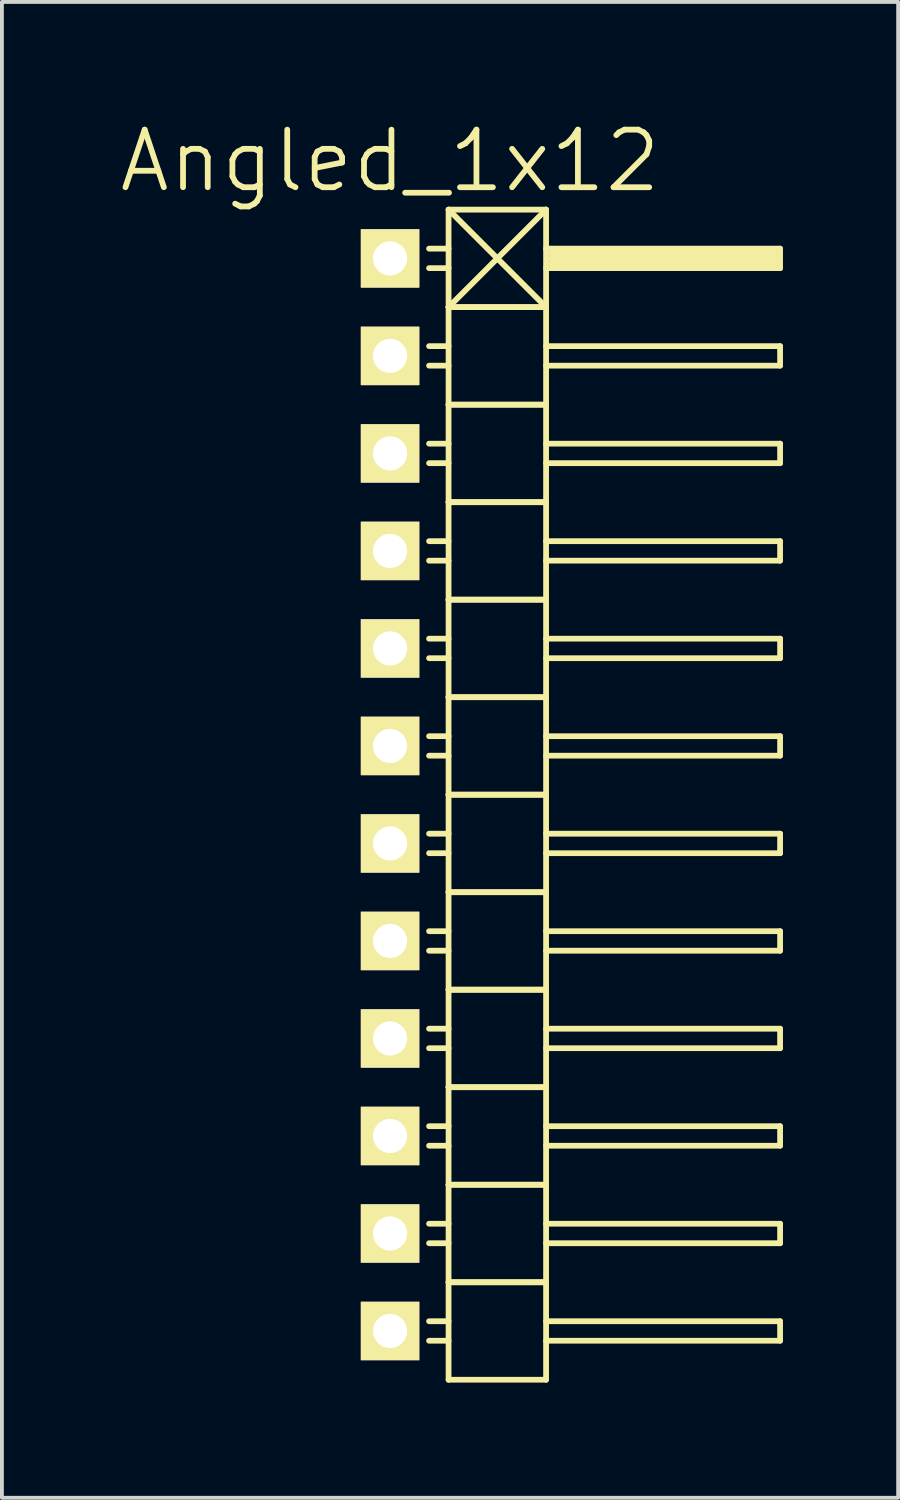
<source format=kicad_pcb>
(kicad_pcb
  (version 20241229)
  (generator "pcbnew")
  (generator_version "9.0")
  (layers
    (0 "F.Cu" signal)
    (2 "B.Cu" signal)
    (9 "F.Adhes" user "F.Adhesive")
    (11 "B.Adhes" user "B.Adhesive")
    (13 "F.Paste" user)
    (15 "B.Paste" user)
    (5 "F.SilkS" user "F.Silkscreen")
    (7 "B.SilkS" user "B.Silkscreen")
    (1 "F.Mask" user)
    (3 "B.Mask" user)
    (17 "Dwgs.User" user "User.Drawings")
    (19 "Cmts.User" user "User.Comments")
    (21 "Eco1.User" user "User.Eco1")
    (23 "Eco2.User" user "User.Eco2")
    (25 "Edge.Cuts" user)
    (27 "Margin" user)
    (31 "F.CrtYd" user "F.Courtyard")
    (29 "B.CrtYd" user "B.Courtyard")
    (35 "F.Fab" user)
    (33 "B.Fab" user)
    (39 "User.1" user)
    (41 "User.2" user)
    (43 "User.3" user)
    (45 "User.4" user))
  (footprint "Angled_1x12"
    (layer "F.Cu")
    (at 7.111 17.651)
    (property "Reference" "Angled_1x12" (at 0 -16.51 0) (layer "F.SilkS") (effects (font (size 1.5 1.5) (thickness 0.15))))
    (attr through_hole)
    (fp_line (start 1.524 -15.24) (end 1.524 -12.7) (stroke (width 0.15) (type solid)) (layer "F.SilkS"))
    (fp_line (start 1.524 -15.24) (end 4.064 -15.24) (stroke (width 0.15) (type solid)) (layer "F.SilkS"))
    (fp_line (start 1.524 -14.224) (end 1.016 -14.224) (stroke (width 0.15) (type solid)) (layer "F.SilkS"))
    (fp_line (start 1.524 -13.716) (end 1.016 -13.716) (stroke (width 0.15) (type solid)) (layer "F.SilkS"))
    (fp_line (start 1.524 -12.7) (end 1.524 -10.16) (stroke (width 0.15) (type solid)) (layer "F.SilkS"))
    (fp_line (start 1.524 -12.7) (end 4.064 -12.7) (stroke (width 0.15) (type solid)) (layer "F.SilkS"))
    (fp_line (start 1.524 -12.7) (end 4.064 -12.7) (stroke (width 0.15) (type solid)) (layer "F.SilkS"))
    (fp_line (start 1.524 -11.684) (end 1.016 -11.684) (stroke (width 0.15) (type solid)) (layer "F.SilkS"))
    (fp_line (start 1.524 -11.176) (end 1.016 -11.176) (stroke (width 0.15) (type solid)) (layer "F.SilkS"))
    (fp_line (start 1.524 -10.16) (end 1.524 -7.62) (stroke (width 0.15) (type solid)) (layer "F.SilkS"))
    (fp_line (start 1.524 -10.16) (end 4.064 -10.16) (stroke (width 0.15) (type solid)) (layer "F.SilkS"))
    (fp_line (start 1.524 -10.16) (end 4.064 -10.16) (stroke (width 0.15) (type solid)) (layer "F.SilkS"))
    (fp_line (start 1.524 -9.144) (end 1.016 -9.144) (stroke (width 0.15) (type solid)) (layer "F.SilkS"))
    (fp_line (start 1.524 -8.636) (end 1.016 -8.636) (stroke (width 0.15) (type solid)) (layer "F.SilkS"))
    (fp_line (start 1.524 -7.62) (end 1.524 -5.08) (stroke (width 0.15) (type solid)) (layer "F.SilkS"))
    (fp_line (start 1.524 -7.62) (end 4.064 -7.62) (stroke (width 0.15) (type solid)) (layer "F.SilkS"))
    (fp_line (start 1.524 -7.62) (end 4.064 -7.62) (stroke (width 0.15) (type solid)) (layer "F.SilkS"))
    (fp_line (start 1.524 -6.604) (end 1.016 -6.604) (stroke (width 0.15) (type solid)) (layer "F.SilkS"))
    (fp_line (start 1.524 -6.096) (end 1.016 -6.096) (stroke (width 0.15) (type solid)) (layer "F.SilkS"))
    (fp_line (start 1.524 -5.08) (end 1.524 -2.54) (stroke (width 0.15) (type solid)) (layer "F.SilkS"))
    (fp_line (start 1.524 -5.08) (end 4.064 -5.08) (stroke (width 0.15) (type solid)) (layer "F.SilkS"))
    (fp_line (start 1.524 -5.08) (end 4.064 -5.08) (stroke (width 0.15) (type solid)) (layer "F.SilkS"))
    (fp_line (start 1.524 -4.064) (end 1.016 -4.064) (stroke (width 0.15) (type solid)) (layer "F.SilkS"))
    (fp_line (start 1.524 -3.556) (end 1.016 -3.556) (stroke (width 0.15) (type solid)) (layer "F.SilkS"))
    (fp_line (start 1.524 -2.54) (end 1.524 0) (stroke (width 0.15) (type solid)) (layer "F.SilkS"))
    (fp_line (start 1.524 -2.54) (end 4.064 -2.54) (stroke (width 0.15) (type solid)) (layer "F.SilkS"))
    (fp_line (start 1.524 -2.54) (end 4.064 -2.54) (stroke (width 0.15) (type solid)) (layer "F.SilkS"))
    (fp_line (start 1.524 -1.524) (end 1.016 -1.524) (stroke (width 0.15) (type solid)) (layer "F.SilkS"))
    (fp_line (start 1.524 -1.016) (end 1.016 -1.016) (stroke (width 0.15) (type solid)) (layer "F.SilkS"))
    (fp_line (start 1.524 0) (end 1.524 2.54) (stroke (width 0.15) (type solid)) (layer "F.SilkS"))
    (fp_line (start 1.524 0) (end 4.064 0) (stroke (width 0.15) (type solid)) (layer "F.SilkS"))
    (fp_line (start 1.524 0) (end 4.064 0) (stroke (width 0.15) (type solid)) (layer "F.SilkS"))
    (fp_line (start 1.524 1.016) (end 1.016 1.016) (stroke (width 0.15) (type solid)) (layer "F.SilkS"))
    (fp_line (start 1.524 1.524) (end 1.016 1.524) (stroke (width 0.15) (type solid)) (layer "F.SilkS"))
    (fp_line (start 1.524 2.54) (end 1.524 5.08) (stroke (width 0.15) (type solid)) (layer "F.SilkS"))
    (fp_line (start 1.524 2.54) (end 4.064 2.54) (stroke (width 0.15) (type solid)) (layer "F.SilkS"))
    (fp_line (start 1.524 2.54) (end 4.064 2.54) (stroke (width 0.15) (type solid)) (layer "F.SilkS"))
    (fp_line (start 1.524 3.556) (end 1.016 3.556) (stroke (width 0.15) (type solid)) (layer "F.SilkS"))
    (fp_line (start 1.524 4.064) (end 1.016 4.064) (stroke (width 0.15) (type solid)) (layer "F.SilkS"))
    (fp_line (start 1.524 5.08) (end 1.524 7.62) (stroke (width 0.15) (type solid)) (layer "F.SilkS"))
    (fp_line (start 1.524 5.08) (end 4.064 5.08) (stroke (width 0.15) (type solid)) (layer "F.SilkS"))
    (fp_line (start 1.524 5.08) (end 4.064 5.08) (stroke (width 0.15) (type solid)) (layer "F.SilkS"))
    (fp_line (start 1.524 6.096) (end 1.016 6.096) (stroke (width 0.15) (type solid)) (layer "F.SilkS"))
    (fp_line (start 1.524 6.604) (end 1.016 6.604) (stroke (width 0.15) (type solid)) (layer "F.SilkS"))
    (fp_line (start 1.524 7.62) (end 1.524 10.16) (stroke (width 0.15) (type solid)) (layer "F.SilkS"))
    (fp_line (start 1.524 7.62) (end 4.064 7.62) (stroke (width 0.15) (type solid)) (layer "F.SilkS"))
    (fp_line (start 1.524 7.62) (end 4.064 7.62) (stroke (width 0.15) (type solid)) (layer "F.SilkS"))
    (fp_line (start 1.524 8.636) (end 1.016 8.636) (stroke (width 0.15) (type solid)) (layer "F.SilkS"))
    (fp_line (start 1.524 9.144) (end 1.016 9.144) (stroke (width 0.15) (type solid)) (layer "F.SilkS"))
    (fp_line (start 1.524 10.16) (end 1.524 12.7) (stroke (width 0.15) (type solid)) (layer "F.SilkS"))
    (fp_line (start 1.524 10.16) (end 4.064 10.16) (stroke (width 0.15) (type solid)) (layer "F.SilkS"))
    (fp_line (start 1.524 10.16) (end 4.064 10.16) (stroke (width 0.15) (type solid)) (layer "F.SilkS"))
    (fp_line (start 1.524 11.176) (end 1.016 11.176) (stroke (width 0.15) (type solid)) (layer "F.SilkS"))
    (fp_line (start 1.524 11.684) (end 1.016 11.684) (stroke (width 0.15) (type solid)) (layer "F.SilkS"))
    (fp_line (start 1.524 12.7) (end 1.524 15.24) (stroke (width 0.15) (type solid)) (layer "F.SilkS"))
    (fp_line (start 1.524 12.7) (end 4.064 12.7) (stroke (width 0.15) (type solid)) (layer "F.SilkS"))
    (fp_line (start 1.524 12.7) (end 4.064 12.7) (stroke (width 0.15) (type solid)) (layer "F.SilkS"))
    (fp_line (start 1.524 13.716) (end 1.016 13.716) (stroke (width 0.15) (type solid)) (layer "F.SilkS"))
    (fp_line (start 1.524 14.224) (end 1.016 14.224) (stroke (width 0.15) (type solid)) (layer "F.SilkS"))
    (fp_line (start 1.524 15.24) (end 4.064 15.24) (stroke (width 0.15) (type solid)) (layer "F.SilkS"))
    (fp_line (start 4.064 -15.24) (end 1.524 -12.7) (stroke (width 0.15) (type solid)) (layer "F.SilkS"))
    (fp_line (start 4.064 -14.224) (end 10.16 -14.224) (stroke (width 0.15) (type solid)) (layer "F.SilkS"))
    (fp_line (start 4.064 -12.7) (end 1.524 -15.24) (stroke (width 0.15) (type solid)) (layer "F.SilkS"))
    (fp_line (start 4.064 -12.7) (end 4.064 -15.24) (stroke (width 0.15) (type solid)) (layer "F.SilkS"))
    (fp_line (start 4.064 -11.684) (end 10.16 -11.684) (stroke (width 0.15) (type solid)) (layer "F.SilkS"))
    (fp_line (start 4.064 -10.16) (end 4.064 -12.7) (stroke (width 0.15) (type solid)) (layer "F.SilkS"))
    (fp_line (start 4.064 -9.144) (end 10.16 -9.144) (stroke (width 0.15) (type solid)) (layer "F.SilkS"))
    (fp_line (start 4.064 -7.62) (end 4.064 -10.16) (stroke (width 0.15) (type solid)) (layer "F.SilkS"))
    (fp_line (start 4.064 -6.604) (end 10.16 -6.604) (stroke (width 0.15) (type solid)) (layer "F.SilkS"))
    (fp_line (start 4.064 -5.08) (end 4.064 -7.62) (stroke (width 0.15) (type solid)) (layer "F.SilkS"))
    (fp_line (start 4.064 -4.064) (end 10.16 -4.064) (stroke (width 0.15) (type solid)) (layer "F.SilkS"))
    (fp_line (start 4.064 -2.54) (end 4.064 -5.08) (stroke (width 0.15) (type solid)) (layer "F.SilkS"))
    (fp_line (start 4.064 -1.524) (end 10.16 -1.524) (stroke (width 0.15) (type solid)) (layer "F.SilkS"))
    (fp_line (start 4.064 0) (end 4.064 -2.54) (stroke (width 0.15) (type solid)) (layer "F.SilkS"))
    (fp_line (start 4.064 1.016) (end 10.16 1.016) (stroke (width 0.15) (type solid)) (layer "F.SilkS"))
    (fp_line (start 4.064 2.54) (end 4.064 0) (stroke (width 0.15) (type solid)) (layer "F.SilkS"))
    (fp_line (start 4.064 3.556) (end 10.16 3.556) (stroke (width 0.15) (type solid)) (layer "F.SilkS"))
    (fp_line (start 4.064 5.08) (end 4.064 2.54) (stroke (width 0.15) (type solid)) (layer "F.SilkS"))
    (fp_line (start 4.064 6.096) (end 10.16 6.096) (stroke (width 0.15) (type solid)) (layer "F.SilkS"))
    (fp_line (start 4.064 7.62) (end 4.064 5.08) (stroke (width 0.15) (type solid)) (layer "F.SilkS"))
    (fp_line (start 4.064 8.636) (end 10.16 8.636) (stroke (width 0.15) (type solid)) (layer "F.SilkS"))
    (fp_line (start 4.064 10.16) (end 4.064 7.62) (stroke (width 0.15) (type solid)) (layer "F.SilkS"))
    (fp_line (start 4.064 11.176) (end 10.16 11.176) (stroke (width 0.15) (type solid)) (layer "F.SilkS"))
    (fp_line (start 4.064 12.7) (end 4.064 10.16) (stroke (width 0.15) (type solid)) (layer "F.SilkS"))
    (fp_line (start 4.064 13.716) (end 10.16 13.716) (stroke (width 0.15) (type solid)) (layer "F.SilkS"))
    (fp_line (start 4.064 15.24) (end 4.064 12.7) (stroke (width 0.15) (type solid)) (layer "F.SilkS"))
    (fp_line (start 4.191 -14.097) (end 10.033 -14.097) (stroke (width 0.15) (type solid)) (layer "F.SilkS"))
    (fp_line (start 4.191 -13.97) (end 10.033 -13.97) (stroke (width 0.15) (type solid)) (layer "F.SilkS"))
    (fp_line (start 10.033 -14.097) (end 10.033 -13.843) (stroke (width 0.15) (type solid)) (layer "F.SilkS"))
    (fp_line (start 10.033 -13.843) (end 4.191 -13.843) (stroke (width 0.15) (type solid)) (layer "F.SilkS"))
    (fp_line (start 10.16 -14.224) (end 10.16 -13.716) (stroke (width 0.15) (type solid)) (layer "F.SilkS"))
    (fp_line (start 10.16 -13.716) (end 4.064 -13.716) (stroke (width 0.15) (type solid)) (layer "F.SilkS"))
    (fp_line (start 10.16 -11.684) (end 10.16 -11.176) (stroke (width 0.15) (type solid)) (layer "F.SilkS"))
    (fp_line (start 10.16 -11.176) (end 4.064 -11.176) (stroke (width 0.15) (type solid)) (layer "F.SilkS"))
    (fp_line (start 10.16 -9.144) (end 10.16 -8.636) (stroke (width 0.15) (type solid)) (layer "F.SilkS"))
    (fp_line (start 10.16 -8.636) (end 4.064 -8.636) (stroke (width 0.15) (type solid)) (layer "F.SilkS"))
    (fp_line (start 10.16 -6.604) (end 10.16 -6.096) (stroke (width 0.15) (type solid)) (layer "F.SilkS"))
    (fp_line (start 10.16 -6.096) (end 4.064 -6.096) (stroke (width 0.15) (type solid)) (layer "F.SilkS"))
    (fp_line (start 10.16 -4.064) (end 10.16 -3.556) (stroke (width 0.15) (type solid)) (layer "F.SilkS"))
    (fp_line (start 10.16 -3.556) (end 4.064 -3.556) (stroke (width 0.15) (type solid)) (layer "F.SilkS"))
    (fp_line (start 10.16 -1.524) (end 10.16 -1.016) (stroke (width 0.15) (type solid)) (layer "F.SilkS"))
    (fp_line (start 10.16 -1.016) (end 4.064 -1.016) (stroke (width 0.15) (type solid)) (layer "F.SilkS"))
    (fp_line (start 10.16 1.016) (end 10.16 1.524) (stroke (width 0.15) (type solid)) (layer "F.SilkS"))
    (fp_line (start 10.16 1.524) (end 4.064 1.524) (stroke (width 0.15) (type solid)) (layer "F.SilkS"))
    (fp_line (start 10.16 3.556) (end 10.16 4.064) (stroke (width 0.15) (type solid)) (layer "F.SilkS"))
    (fp_line (start 10.16 4.064) (end 4.064 4.064) (stroke (width 0.15) (type solid)) (layer "F.SilkS"))
    (fp_line (start 10.16 6.096) (end 10.16 6.604) (stroke (width 0.15) (type solid)) (layer "F.SilkS"))
    (fp_line (start 10.16 6.604) (end 4.064 6.604) (stroke (width 0.15) (type solid)) (layer "F.SilkS"))
    (fp_line (start 10.16 8.636) (end 10.16 9.144) (stroke (width 0.15) (type solid)) (layer "F.SilkS"))
    (fp_line (start 10.16 9.144) (end 4.064 9.144) (stroke (width 0.15) (type solid)) (layer "F.SilkS"))
    (fp_line (start 10.16 11.176) (end 10.16 11.684) (stroke (width 0.15) (type solid)) (layer "F.SilkS"))
    (fp_line (start 10.16 11.684) (end 4.064 11.684) (stroke (width 0.15) (type solid)) (layer "F.SilkS"))
    (fp_line (start 10.16 13.716) (end 10.16 14.224) (stroke (width 0.15) (type solid)) (layer "F.SilkS"))
    (fp_line (start 10.16 14.224) (end 4.064 14.224) (stroke (width 0.15) (type solid)) (layer "F.SilkS"))
    (pad "1" thru_hole rect (at 0 -13.97) (size 1.524 1.524) (drill 0.889) (layers "*.Cu" "*.Mask" "F.SilkS"))
    (pad "2" thru_hole rect (at 0 -11.43) (size 1.524 1.524) (drill 0.889) (layers "*.Cu" "*.Mask" "F.SilkS"))
    (pad "3" thru_hole rect (at 0 -8.89) (size 1.524 1.524) (drill 0.889) (layers "*.Cu" "*.Mask" "F.SilkS"))
    (pad "4" thru_hole rect (at 0 -6.35) (size 1.524 1.524) (drill 0.889) (layers "*.Cu" "*.Mask" "F.SilkS"))
    (pad "5" thru_hole rect (at 0 -3.81) (size 1.524 1.524) (drill 0.889) (layers "*.Cu" "*.Mask" "F.SilkS"))
    (pad "6" thru_hole rect (at 0 -1.27) (size 1.524 1.524) (drill 0.889) (layers "*.Cu" "*.Mask" "F.SilkS"))
    (pad "7" thru_hole rect (at 0 1.27) (size 1.524 1.524) (drill 0.889) (layers "*.Cu" "*.Mask" "F.SilkS"))
    (pad "8" thru_hole rect (at 0 3.81) (size 1.524 1.524) (drill 0.889) (layers "*.Cu" "*.Mask" "F.SilkS"))
    (pad "9" thru_hole rect (at 0 6.35) (size 1.524 1.524) (drill 0.889) (layers "*.Cu" "*.Mask" "F.SilkS"))
    (pad "10" thru_hole rect (at 0 8.89) (size 1.524 1.524) (drill 0.889) (layers "*.Cu" "*.Mask" "F.SilkS"))
    (pad "11" thru_hole rect (at 0 11.43) (size 1.524 1.524) (drill 0.889) (layers "*.Cu" "*.Mask" "F.SilkS"))
    (pad "12" thru_hole rect (at 0 13.97) (size 1.524 1.524) (drill 0.889) (layers "*.Cu" "*.Mask" "F.SilkS")))
  (gr_rect
    (start -3 -3)
    (end 20.346 35.966)
    (stroke (width 0.1) (type default))
    (fill no)
    (layer "Edge.Cuts")))
</source>
